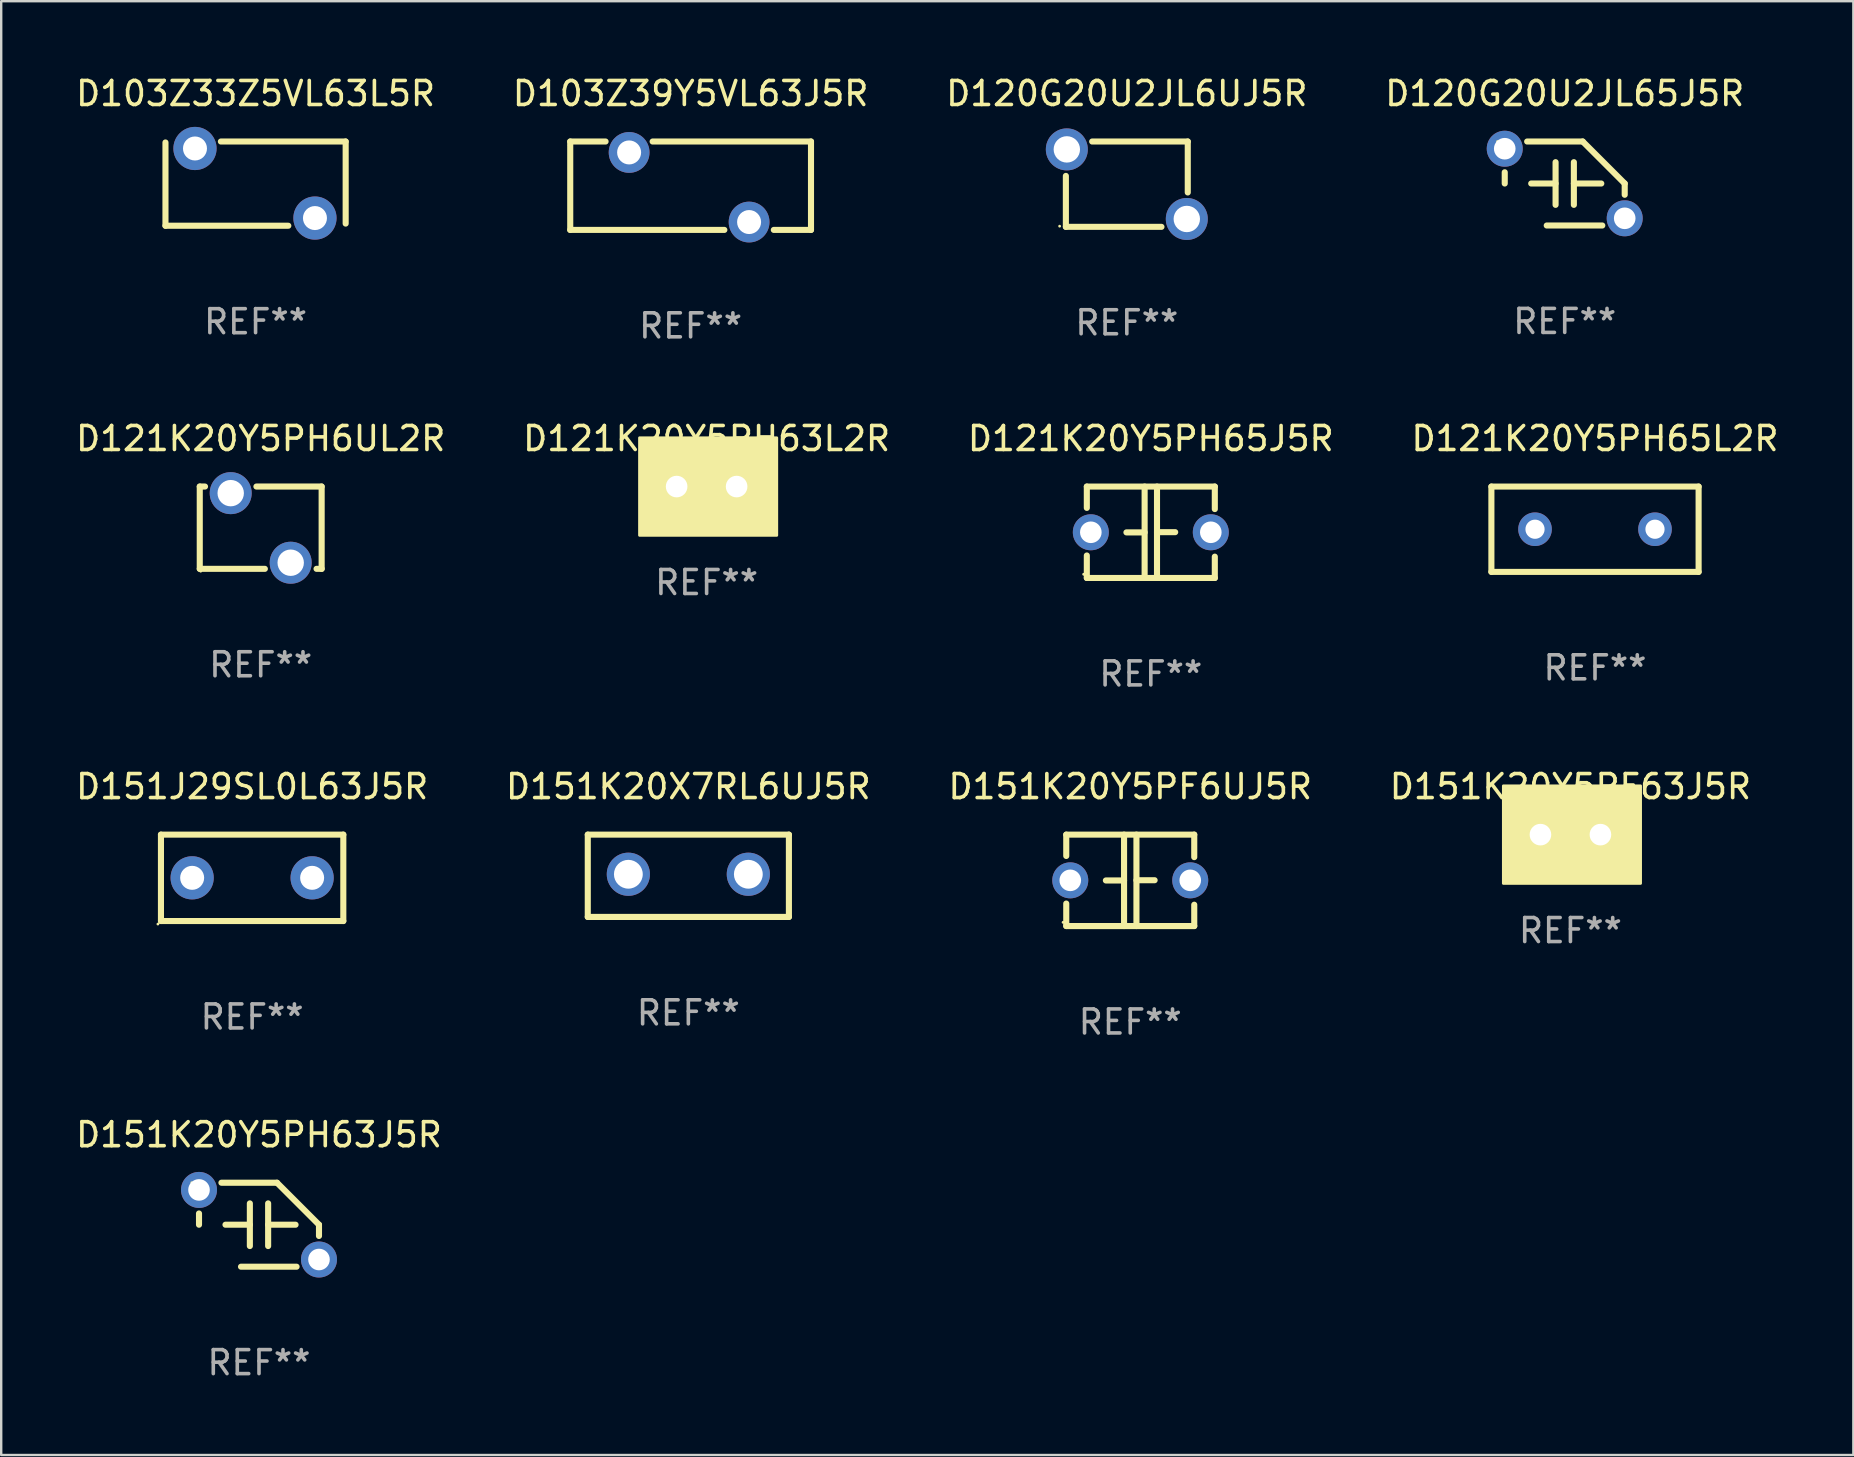
<source format=kicad_pcb>
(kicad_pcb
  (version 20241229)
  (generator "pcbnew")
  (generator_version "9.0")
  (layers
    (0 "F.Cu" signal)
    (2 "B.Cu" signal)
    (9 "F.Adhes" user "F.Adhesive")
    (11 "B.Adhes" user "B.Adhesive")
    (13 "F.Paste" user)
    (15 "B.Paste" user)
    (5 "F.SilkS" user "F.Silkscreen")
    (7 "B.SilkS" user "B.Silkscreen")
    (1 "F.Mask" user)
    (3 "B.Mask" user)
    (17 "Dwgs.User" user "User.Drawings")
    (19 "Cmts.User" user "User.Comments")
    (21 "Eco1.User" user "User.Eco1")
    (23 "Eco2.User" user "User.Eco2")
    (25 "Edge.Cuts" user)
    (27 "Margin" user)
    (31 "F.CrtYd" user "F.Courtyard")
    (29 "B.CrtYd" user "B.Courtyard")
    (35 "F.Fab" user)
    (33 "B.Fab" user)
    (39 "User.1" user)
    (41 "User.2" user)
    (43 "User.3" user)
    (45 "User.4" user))
  (footprint "D103Z39Y5VL63J5R"
    (layer "F.Cu")
    (at 25.732 4.69)
    (property "Reference" "D103Z39Y5VL63J5R" (at 0 -3.842 0) (layer "F.SilkS") (effects (font (size 1 1) (thickness 0.15))))
    (attr through_hole)
    (fp_line (start -5.017 -1.842) (end -3.544 -1.842) (stroke (width 0.254) (type solid)) (layer "F.SilkS"))
    (fp_line (start -5.017 1.842) (end -5.017 -1.842) (stroke (width 0.254) (type solid)) (layer "F.SilkS"))
    (fp_line (start -1.583 -1.842) (end 5.017 -1.842) (stroke (width 0.254) (type solid)) (layer "F.SilkS"))
    (fp_line (start 1.406 1.842) (end -5.017 1.842) (stroke (width 0.254) (type solid)) (layer "F.SilkS"))
    (fp_line (start 5.017 -1.842) (end 5.017 1.842) (stroke (width 0.254) (type solid)) (layer "F.SilkS"))
    (fp_line (start 5.017 1.842) (end 3.467 1.842) (stroke (width 0.254) (type solid)) (layer "F.SilkS"))
    (fp_circle (center -5.064 -1.687) (end -5.034 -1.687) (stroke (width 0.06) (type solid)) (fill no) (layer "F.SilkS"))
    (fp_text user "REF**" (at 0 5.842 0) (layer "F.Fab") (effects (font (size 1 1) (thickness 0.15))))
    (pad "1" thru_hole circle (at -2.563 -1.387) (size 1.7 1.7) (drill 1) (layers "*.Cu" "*.Mask"))
    (pad "2" thru_hole circle (at 2.437 1.514) (size 1.7 1.7) (drill 1) (layers "*.Cu" "*.Mask")))
  (footprint "D120G20U2JL6UJ5R"
    (layer "F.Cu")
    (at 43.911 4.626)
    (property "Reference" "D120G20U2JL6UJ5R" (at 0 -3.778 0) (layer "F.SilkS") (effects (font (size 1 1) (thickness 0.15))))
    (attr through_hole)
    (fp_line (start -2.54 1.778) (end -2.54 -0.345) (stroke (width 0.254) (type solid)) (layer "F.SilkS"))
    (fp_line (start 1.444 1.778) (end -2.54 1.778) (stroke (width 0.254) (type solid)) (layer "F.SilkS"))
    (fp_line (start 2.54 -1.778) (end -1.444 -1.778) (stroke (width 0.254) (type solid)) (layer "F.SilkS"))
    (fp_line (start 2.54 -1.778) (end 2.54 0.345) (stroke (width 0.254) (type solid)) (layer "F.SilkS"))
    (fp_circle (center -2.8 1.75) (end -2.77 1.75) (stroke (width 0.06) (type solid)) (fill no) (layer "F.SilkS"))
    (fp_text user "REF**" (at 0 5.778 0) (layer "F.Fab") (effects (font (size 1 1) (thickness 0.15))))
    (pad "1" thru_hole circle (at -2.5 -1.45) (size 1.75 1.75) (drill 1.1) (layers "*.Cu" "*.Mask"))
    (pad "2" thru_hole circle (at 2.5 1.45) (size 1.75 1.75) (drill 1.1) (layers "*.Cu" "*.Mask")))
  (footprint "D151K20X7RL6UJ5R"
    (layer "F.Cu")
    (at 25.637 33.449)
    (property "Reference" "D151K20X7RL6UJ5R" (at 0 -3.715 0) (layer "F.SilkS") (effects (font (size 1 1) (thickness 0.15))))
    (attr through_hole)
    (fp_line (start -4.191 -1.715) (end -4.191 1.715) (stroke (width 0.254) (type solid)) (layer "F.SilkS"))
    (fp_line (start -4.191 1.715) (end 4.191 1.715) (stroke (width 0.254) (type solid)) (layer "F.SilkS"))
    (fp_line (start 4.191 -1.715) (end -4.191 -1.715) (stroke (width 0.254) (type solid)) (layer "F.SilkS"))
    (fp_line (start 4.191 1.715) (end 4.191 -1.715) (stroke (width 0.254) (type solid)) (layer "F.SilkS"))
    (fp_circle (center -4.25 1.687) (end -4.22 1.687) (stroke (width 0.06) (type solid)) (fill no) (layer "F.SilkS"))
    (fp_text user "REF**" (at 0 5.715 0) (layer "F.Fab") (effects (font (size 1 1) (thickness 0.15))))
    (pad "1" thru_hole circle (at -2.5 -0.064) (size 1.8 1.8) (drill 1.2) (layers "*.Cu" "*.Mask"))
    (pad "2" thru_hole circle (at 2.5 -0.064) (size 1.8 1.8) (drill 1.2) (layers "*.Cu" "*.Mask")))
  (footprint "D151J29SL0L63J5R"
    (layer "F.Cu")
    (at 7.458 33.534)
    (property "Reference" "D151J29SL0L63J5R" (at 0 -3.8 0) (layer "F.SilkS") (effects (font (size 1 1) (thickness 0.15))))
    (attr through_hole)
    (fp_line (start -3.8 -1.8) (end -3.8 1.8) (stroke (width 0.254) (type solid)) (layer "F.SilkS"))
    (fp_line (start -3.8 -1.8) (end 3.8 -1.8) (stroke (width 0.254) (type solid)) (layer "F.SilkS"))
    (fp_line (start -3.8 1.8) (end 3.8 1.8) (stroke (width 0.254) (type solid)) (layer "F.SilkS"))
    (fp_line (start 3.8 -1.8) (end 3.8 1.8) (stroke (width 0.254) (type solid)) (layer "F.SilkS"))
    (fp_circle (center -3.927 1.927) (end -3.897 1.927) (stroke (width 0.06) (type solid)) (fill no) (layer "F.SilkS"))
    (fp_text user "REF**" (at 0 5.8 0) (layer "F.Fab") (effects (font (size 1 1) (thickness 0.15))))
    (pad "1" thru_hole circle (at -2.5 0) (size 1.8 1.8) (drill 1) (layers "*.Cu" "*.Mask"))
    (pad "2" thru_hole circle (at 2.5 0) (size 1.8 1.8) (drill 1) (layers "*.Cu" "*.Mask")))
  (footprint "D151K20Y5PF63J5R"
    (layer "F.Cu")
    (at 62.399 31.734)
    (property "Reference" "D151K20Y5PF63J5R" (at 0 -2 0) (layer "F.SilkS") (effects (font (size 1 1) (thickness 0.15))))
    (attr through_hole)
    (fp_circle (center -2.5 1.75) (end -2.47 1.75) (stroke (width 0.06) (type solid)) (fill no) (layer "F.SilkS"))
    (fp_poly (pts (xy -2.794 -2.032) (xy 2.921 -2.032) (xy 2.921 2.032) (xy -2.794 2.032)) (stroke (width 0.12) (type solid)) (fill yes) (layer "F.SilkS"))
    (fp_text user "REF**" (at 0 4 0) (layer "F.Fab") (effects (font (size 1 1) (thickness 0.15))))
    (pad "1" thru_hole circle (at -1.25 0) (size 1.5 1.5) (drill 0.9) (layers "*.Cu" "*.Mask"))
    (pad "2" thru_hole circle (at 1.25 0) (size 1.5 1.5) (drill 0.9) (layers "*.Cu" "*.Mask")))
  (footprint "D121K20Y5PH65L2R"
    (layer "F.Cu")
    (at 63.423 19.006)
    (property "Reference" "D121K20Y5PH65L2R" (at 0 -3.778 0) (layer "F.SilkS") (effects (font (size 1 1) (thickness 0.15))))
    (attr through_hole)
    (fp_line (start -4.318 -1.778) (end 4.318 -1.778) (stroke (width 0.254) (type solid)) (layer "F.SilkS"))
    (fp_line (start -4.318 1.778) (end -4.318 -1.778) (stroke (width 0.254) (type solid)) (layer "F.SilkS"))
    (fp_line (start 4.318 -1.778) (end 4.318 1.778) (stroke (width 0.254) (type solid)) (layer "F.SilkS"))
    (fp_line (start 4.318 1.778) (end -4.318 1.778) (stroke (width 0.254) (type solid)) (layer "F.SilkS"))
    (fp_circle (center -4.25 1.75) (end -4.22 1.75) (stroke (width 0.06) (type solid)) (fill no) (layer "F.SilkS"))
    (fp_text user "REF**" (at 0 5.778 0) (layer "F.Fab") (effects (font (size 1 1) (thickness 0.15))))
    (pad "1" thru_hole circle (at -2.5 0) (size 1.4 1.4) (drill 0.8) (layers "*.Cu" "*.Mask"))
    (pad "2" thru_hole circle (at 2.5 0) (size 1.4 1.4) (drill 0.8) (layers "*.Cu" "*.Mask")))
  (footprint "D151K20Y5PF6UJ5R"
    (layer "F.Cu")
    (at 44.054 33.639)
    (property "Reference" "D151K20Y5PF6UJ5R" (at 0 -3.905 0) (layer "F.SilkS") (effects (font (size 1 1) (thickness 0.15))))
    (attr through_hole)
    (fp_line (start -2.667 -1.905) (end -2.667 -1.016) (stroke (width 0.254) (type solid)) (layer "F.SilkS"))
    (fp_line (start -2.667 0.967) (end -2.667 1.905) (stroke (width 0.254) (type solid)) (layer "F.SilkS"))
    (fp_line (start -2.667 1.905) (end 2.667 1.905) (stroke (width 0.254) (type solid)) (layer "F.SilkS"))
    (fp_line (start -0.258 0.005) (end -1.016 0.005) (stroke (width 0.254) (type solid)) (layer "F.SilkS"))
    (fp_line (start -0.258 1.905) (end -0.258 -1.905) (stroke (width 0.254) (type solid)) (layer "F.SilkS"))
    (fp_line (start 0.258 -1.905) (end 0.258 1.905) (stroke (width 0.254) (type solid)) (layer "F.SilkS"))
    (fp_line (start 0.258 -0.005) (end 1.016 -0.005) (stroke (width 0.254) (type solid)) (layer "F.SilkS"))
    (fp_line (start 2.667 -1.905) (end -2.667 -1.905) (stroke (width 0.254) (type solid)) (layer "F.SilkS"))
    (fp_line (start 2.667 -0.967) (end 2.667 -1.905) (stroke (width 0.254) (type solid)) (layer "F.SilkS"))
    (fp_line (start 2.667 1.905) (end 2.667 1.016) (stroke (width 0.254) (type solid)) (layer "F.SilkS"))
    (fp_circle (center -2.8 1.75) (end -2.77 1.75) (stroke (width 0.06) (type solid)) (fill no) (layer "F.SilkS"))
    (fp_text user "REF**" (at 0 5.905 0) (layer "F.Fab") (effects (font (size 1 1) (thickness 0.15))))
    (pad "1" thru_hole circle (at -2.5 0) (size 1.5 1.5) (drill 0.9) (layers "*.Cu" "*.Mask"))
    (pad "2" thru_hole circle (at 2.5 0) (size 1.5 1.5) (drill 0.9) (layers "*.Cu" "*.Mask")))
  (footprint "D120G20U2JL65J5R"
    (layer "F.Cu")
    (at 62.161 4.598)
    (property "Reference" "D120G20U2JL65J5R" (at 0 -3.75 0) (layer "F.SilkS") (effects (font (size 1 1) (thickness 0.15))))
    (attr through_hole)
    (fp_line (start -2.5 0) (end -2.5 -0.469) (stroke (width 0.254) (type solid)) (layer "F.SilkS"))
    (fp_line (start -1.397 0) (end -0.381 0) (stroke (width 0.254) (type solid)) (layer "F.SilkS"))
    (fp_line (start -0.75 1.75) (end 1.566 1.75) (stroke (width 0.254) (type solid)) (layer "F.SilkS"))
    (fp_line (start -0.381 -0.889) (end -0.381 0.889) (stroke (width 0.254) (type solid)) (layer "F.SilkS"))
    (fp_line (start 0.381 -0.889) (end 0.381 0.889) (stroke (width 0.254) (type solid)) (layer "F.SilkS"))
    (fp_line (start 0.75 -1.75) (end -1.566 -1.75) (stroke (width 0.254) (type solid)) (layer "F.SilkS"))
    (fp_line (start 1.524 0) (end 0.381 0) (stroke (width 0.254) (type solid)) (layer "F.SilkS"))
    (fp_line (start 2.5 0) (end 2.5 0.469) (stroke (width 0.254) (type solid)) (layer "F.SilkS"))
    (fp_arc (start -2.499962 0) (mid 2.499984 -0.000022) (end -2.499962 0) (stroke (width 0.254001) (type solid)) (layer "F.SilkS"))
    (fp_arc (start 2.500013 0) (mid 1.623463 -0.873464) (end 0.749999 -1.750014) (stroke (width 0.254001) (type solid)) (layer "F.SilkS"))
    (fp_circle (center -2.8 -1.75) (end -2.77 -1.75) (stroke (width 0.06) (type solid)) (fill no) (layer "F.SilkS"))
    (fp_text user "REF**" (at 0 5.75 0) (layer "F.Fab") (effects (font (size 1 1) (thickness 0.15))))
    (pad "1" thru_hole circle (at -2.5 -1.45) (size 1.5 1.5) (drill 0.9) (layers "*.Cu" "*.Mask"))
    (pad "2" thru_hole circle (at 2.5 1.45) (size 1.5 1.5) (drill 0.9) (layers "*.Cu" "*.Mask")))
  (footprint "D103Z33Z5VL63L5R"
    (layer "F.Cu")
    (at 7.601 4.603)
    (property "Reference" "D103Z33Z5VL63L5R" (at 0 -3.755 0) (layer "F.SilkS") (effects (font (size 1 1) (thickness 0.15))))
    (attr through_hole)
    (fp_line (start -3.755 1.755) (end -3.755 -1.715) (stroke (width 0.254) (type solid)) (layer "F.SilkS"))
    (fp_line (start -3.755 1.755) (end 1.365 1.755) (stroke (width 0.254) (type solid)) (layer "F.SilkS"))
    (fp_line (start -1.445 -1.755) (end 3.755 -1.755) (stroke (width 0.254) (type solid)) (layer "F.SilkS"))
    (fp_line (start 3.755 -1.755) (end 3.755 1.665) (stroke (width 0.254) (type solid)) (layer "F.SilkS"))
    (fp_circle (center -3.775 -1.765) (end -3.745 -1.765) (stroke (width 0.06) (type solid)) (fill no) (layer "F.SilkS"))
    (fp_text user "REF**" (at 0 5.755 0) (layer "F.Fab") (effects (font (size 1 1) (thickness 0.15))))
    (pad "1" thru_hole circle (at -2.525 -1.465) (size 1.8 1.8) (drill 1) (layers "*.Cu" "*.Mask"))
    (pad "2" thru_hole circle (at 2.475 1.435) (size 1.8 1.8) (drill 1) (layers "*.Cu" "*.Mask")))
  (footprint "D121K20Y5PH63L2R"
    (layer "F.Cu")
    (at 26.399 17.228)
    (property "Reference" "D121K20Y5PH63L2R" (at 0 -2 0) (layer "F.SilkS") (effects (font (size 1 1) (thickness 0.15))))
    (attr through_hole)
    (fp_circle (center -2.5 1.75) (end -2.47 1.75) (stroke (width 0.06) (type solid)) (fill no) (layer "F.SilkS"))
    (fp_poly (pts (xy -2.794 -2.032) (xy 2.921 -2.032) (xy 2.921 2.032) (xy -2.794 2.032)) (stroke (width 0.12) (type solid)) (fill yes) (layer "F.SilkS"))
    (fp_text user "REF**" (at 0 4 0) (layer "F.Fab") (effects (font (size 1 1) (thickness 0.15))))
    (pad "1" thru_hole circle (at -1.25 0) (size 1.5 1.5) (drill 0.9) (layers "*.Cu" "*.Mask"))
    (pad "2" thru_hole circle (at 1.25 0) (size 1.5 1.5) (drill 0.9) (layers "*.Cu" "*.Mask")))
  (footprint "D121K20Y5PH6UL2R"
    (layer "F.Cu")
    (at 7.815 18.942)
    (property "Reference" "D121K20Y5PH6UL2R" (at 0 -3.715 0) (layer "F.SilkS") (effects (font (size 1 1) (thickness 0.15))))
    (attr through_hole)
    (fp_line (start -2.54 -1.715) (end -2.321 -1.715) (stroke (width 0.254) (type solid)) (layer "F.SilkS"))
    (fp_line (start -2.54 1.715) (end -2.54 -1.715) (stroke (width 0.254) (type solid)) (layer "F.SilkS"))
    (fp_line (start -0.179 -1.715) (end 2.54 -1.715) (stroke (width 0.254) (type solid)) (layer "F.SilkS"))
    (fp_line (start 0.173 1.715) (end -2.54 1.715) (stroke (width 0.254) (type solid)) (layer "F.SilkS"))
    (fp_line (start 2.54 -1.715) (end 2.54 1.715) (stroke (width 0.254) (type solid)) (layer "F.SilkS"))
    (fp_line (start 2.54 1.715) (end 2.327 1.715) (stroke (width 0.254) (type solid)) (layer "F.SilkS"))
    (fp_circle (center -2.5 1.814) (end -2.47 1.814) (stroke (width 0.06) (type solid)) (fill no) (layer "F.SilkS"))
    (fp_text user "REF**" (at 0 5.715 0) (layer "F.Fab") (effects (font (size 1 1) (thickness 0.15))))
    (pad "1" thru_hole circle (at -1.25 -1.44) (size 1.75 1.75) (drill 1.1) (layers "*.Cu" "*.Mask"))
    (pad "2" thru_hole circle (at 1.25 1.46) (size 1.75 1.75) (drill 1.1) (layers "*.Cu" "*.Mask")))
  (footprint "D121K20Y5PH65J5R"
    (layer "F.Cu")
    (at 44.911 19.133)
    (property "Reference" "D121K20Y5PH65J5R" (at 0 -3.905 0) (layer "F.SilkS") (effects (font (size 1 1) (thickness 0.15))))
    (attr through_hole)
    (fp_line (start -2.667 -1.905) (end -2.667 -1.016) (stroke (width 0.254) (type solid)) (layer "F.SilkS"))
    (fp_line (start -2.667 0.967) (end -2.667 1.905) (stroke (width 0.254) (type solid)) (layer "F.SilkS"))
    (fp_line (start -2.667 1.905) (end 2.667 1.905) (stroke (width 0.254) (type solid)) (layer "F.SilkS"))
    (fp_line (start -0.258 0.005) (end -1.016 0.005) (stroke (width 0.254) (type solid)) (layer "F.SilkS"))
    (fp_line (start -0.258 1.905) (end -0.258 -1.905) (stroke (width 0.254) (type solid)) (layer "F.SilkS"))
    (fp_line (start 0.258 -1.905) (end 0.258 1.905) (stroke (width 0.254) (type solid)) (layer "F.SilkS"))
    (fp_line (start 0.258 -0.005) (end 1.016 -0.005) (stroke (width 0.254) (type solid)) (layer "F.SilkS"))
    (fp_line (start 2.667 -1.905) (end -2.667 -1.905) (stroke (width 0.254) (type solid)) (layer "F.SilkS"))
    (fp_line (start 2.667 -0.967) (end 2.667 -1.905) (stroke (width 0.254) (type solid)) (layer "F.SilkS"))
    (fp_line (start 2.667 1.905) (end 2.667 1.016) (stroke (width 0.254) (type solid)) (layer "F.SilkS"))
    (fp_circle (center -2.8 1.75) (end -2.77 1.75) (stroke (width 0.06) (type solid)) (fill no) (layer "F.SilkS"))
    (fp_text user "REF**" (at 0 5.905 0) (layer "F.Fab") (effects (font (size 1 1) (thickness 0.15))))
    (pad "1" thru_hole circle (at -2.5 0) (size 1.5 1.5) (drill 0.9) (layers "*.Cu" "*.Mask"))
    (pad "2" thru_hole circle (at 2.5 0) (size 1.5 1.5) (drill 0.9) (layers "*.Cu" "*.Mask")))
  (footprint "D151K20Y5PH63J5R"
    (layer "F.Cu")
    (at 7.744 47.991)
    (property "Reference" "D151K20Y5PH63J5R" (at 0 -3.75 0) (layer "F.SilkS") (effects (font (size 1 1) (thickness 0.15))))
    (attr through_hole)
    (fp_line (start -2.5 0) (end -2.5 -0.469) (stroke (width 0.254) (type solid)) (layer "F.SilkS"))
    (fp_line (start -1.397 0) (end -0.381 0) (stroke (width 0.254) (type solid)) (layer "F.SilkS"))
    (fp_line (start -0.75 1.75) (end 1.566 1.75) (stroke (width 0.254) (type solid)) (layer "F.SilkS"))
    (fp_line (start -0.381 -0.889) (end -0.381 0.889) (stroke (width 0.254) (type solid)) (layer "F.SilkS"))
    (fp_line (start 0.381 -0.889) (end 0.381 0.889) (stroke (width 0.254) (type solid)) (layer "F.SilkS"))
    (fp_line (start 0.75 -1.75) (end -1.566 -1.75) (stroke (width 0.254) (type solid)) (layer "F.SilkS"))
    (fp_line (start 1.524 0) (end 0.381 0) (stroke (width 0.254) (type solid)) (layer "F.SilkS"))
    (fp_line (start 2.5 0) (end 2.5 0.469) (stroke (width 0.254) (type solid)) (layer "F.SilkS"))
    (fp_arc (start -2.499962 0) (mid 2.499984 -0.000022) (end -2.499962 0) (stroke (width 0.254001) (type solid)) (layer "F.SilkS"))
    (fp_arc (start 2.500013 0) (mid 1.623463 -0.873464) (end 0.749999 -1.750014) (stroke (width 0.254001) (type solid)) (layer "F.SilkS"))
    (fp_circle (center -2.8 -1.75) (end -2.77 -1.75) (stroke (width 0.06) (type solid)) (fill no) (layer "F.SilkS"))
    (fp_text user "REF**" (at 0 5.75 0) (layer "F.Fab") (effects (font (size 1 1) (thickness 0.15))))
    (pad "1" thru_hole circle (at -2.5 -1.45) (size 1.5 1.5) (drill 0.9) (layers "*.Cu" "*.Mask"))
    (pad "2" thru_hole circle (at 2.5 1.45) (size 1.5 1.5) (drill 0.9) (layers "*.Cu" "*.Mask")))
  (gr_rect
    (start -3 -3)
    (end 74.19 57.589)
    (stroke (width 0.1) (type default))
    (fill no)
    (layer "Edge.Cuts")))
</source>
